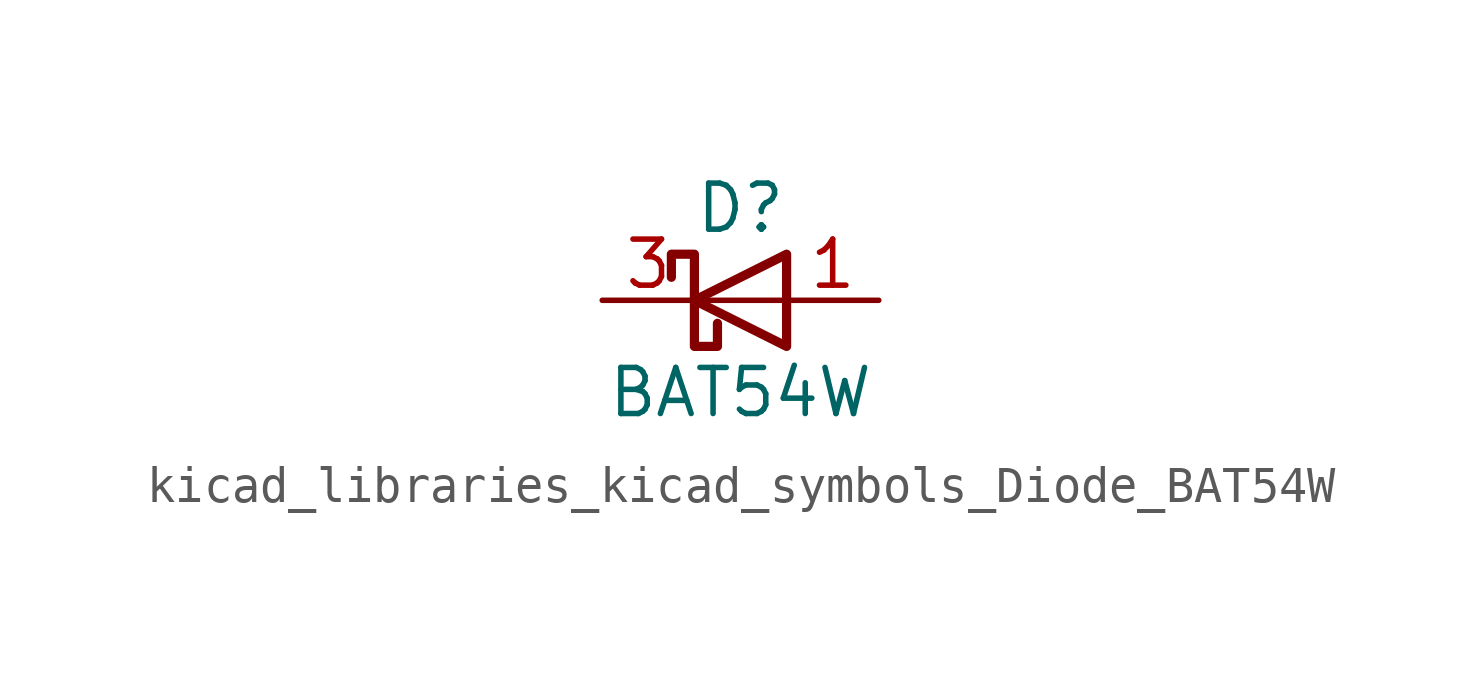
<source format=kicad_sym>
(kicad_symbol_lib
  (version 20220914)
  (generator kicad_symbol_editor)
  (symbol "kicad_libraries_kicad_symbols_Diode_BAT54W"
    (pin_names
      (offset 1.016) hide)
    (property "Reference" "D"
      (at 0 2.54 0)
      (effects (font (size 1.27 1.27))))
    (property "Value" "BAT54W"
      (at 0 -2.54 0)
      (effects (font (size 1.27 1.27))))
    (symbol "kicad_libraries_kicad_symbols_Diode_BAT54W_0_1"
      (polyline (pts (xy 1.27 0) (xy -1.27 0)) (stroke (width 0) (type default)) (fill (type none)))
      (polyline (pts (xy 1.27 1.27) (xy 1.27 -1.27) (xy -1.27 0) (xy 1.27 1.27)) (stroke (width 0.254) (type default)) (fill (type none)))
      (polyline (pts (xy -1.905 0.635) (xy -1.905 1.27) (xy -1.27 1.27) (xy -1.27 -1.27) (xy -0.635 -1.27) (xy -0.635 -0.635)) (stroke (width 0.254) (type default)) (fill (type none))))
    (symbol "kicad_libraries_kicad_symbols_Diode_BAT54W_1_1"
      (pin passive line (at 3.81 0 180) (length 2.54) (name "A" (effects (font (size 1.27 1.27)))) (number "1" (effects (font (size 1.27 1.27)))))
      (pin no_connect line (at 0 0 90) (length 2.54) hide (name "NC" (effects (font (size 1.27 1.27)))) (number "2" (effects (font (size 1.27 1.27)))))
      (pin passive line (at -3.81 0 0) (length 2.54) (name "K" (effects (font (size 1.27 1.27)))) (number "3" (effects (font (size 1.27 1.27))))))))
</source>
